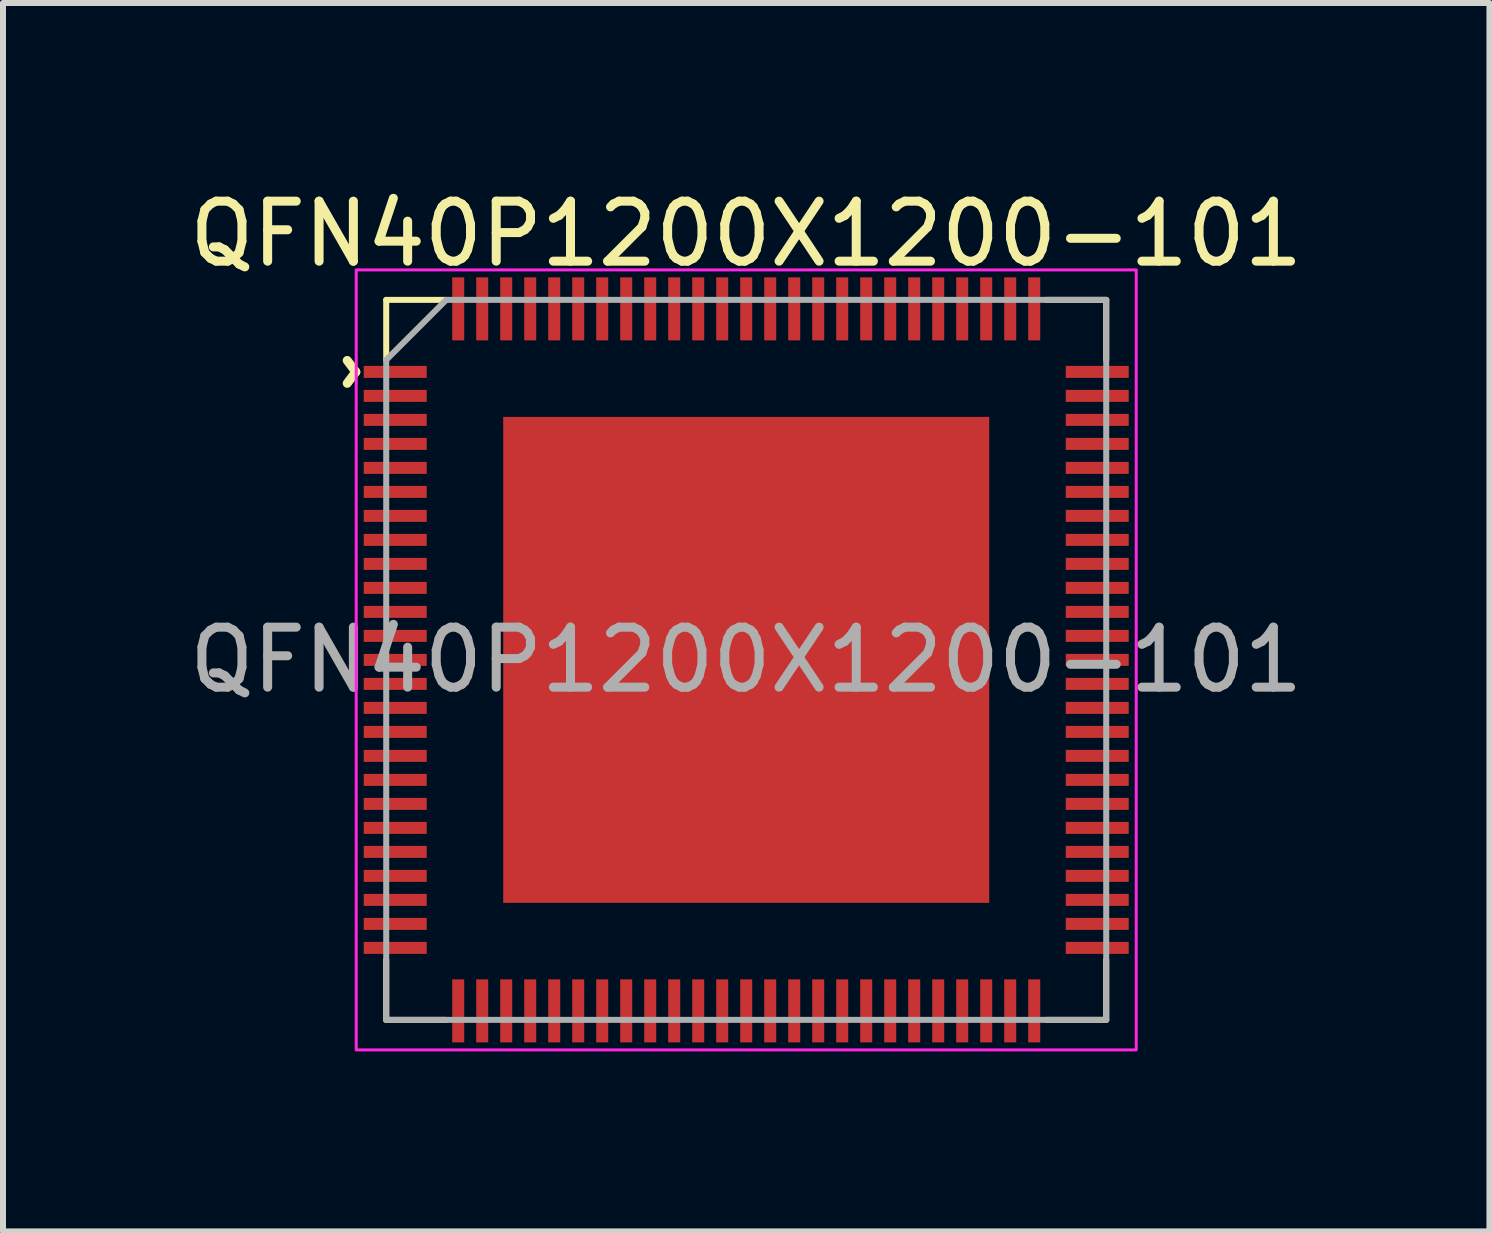
<source format=kicad_pcb>
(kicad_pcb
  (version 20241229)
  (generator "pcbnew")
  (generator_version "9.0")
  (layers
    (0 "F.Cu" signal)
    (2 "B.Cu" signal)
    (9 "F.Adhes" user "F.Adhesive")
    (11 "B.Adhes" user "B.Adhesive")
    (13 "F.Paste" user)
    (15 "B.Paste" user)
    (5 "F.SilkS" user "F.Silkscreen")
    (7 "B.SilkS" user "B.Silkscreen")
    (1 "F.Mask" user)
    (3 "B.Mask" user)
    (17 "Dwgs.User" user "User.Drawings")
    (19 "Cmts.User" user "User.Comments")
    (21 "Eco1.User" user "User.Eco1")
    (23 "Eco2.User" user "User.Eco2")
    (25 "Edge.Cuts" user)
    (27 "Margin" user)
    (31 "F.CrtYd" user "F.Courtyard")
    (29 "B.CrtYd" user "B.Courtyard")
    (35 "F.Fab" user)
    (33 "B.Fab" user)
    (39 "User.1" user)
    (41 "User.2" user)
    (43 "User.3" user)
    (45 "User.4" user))
  (footprint "QFN40P1200X1200-101"
    (layer "F.Cu")
    (at 9.387 7.948)
    (property "Reference" "QFN40P1200X1200-101" (at 0 -7.1 0) (unlocked yes) (layer "F.SilkS") (effects (font (size 1 1) (thickness 0.15))))
    (attr smd)
    (fp_line (start -6 -6) (end -6 -5) (stroke (width 0.1) (type solid)) (layer "F.SilkS"))
    (fp_line (start -6 6) (end -6 5) (stroke (width 0.1) (type solid)) (layer "F.SilkS"))
    (fp_line (start -5 -6) (end -6 -6) (stroke (width 0.1) (type solid)) (layer "F.SilkS"))
    (fp_line (start -5 6) (end -6 6) (stroke (width 0.1) (type solid)) (layer "F.SilkS"))
    (fp_line (start 5 -6) (end 6 -6) (stroke (width 0.1) (type solid)) (layer "F.SilkS"))
    (fp_line (start 6 -6) (end 6 -5) (stroke (width 0.1) (type solid)) (layer "F.SilkS"))
    (fp_line (start 6 5) (end 6 6) (stroke (width 0.1) (type solid)) (layer "F.SilkS"))
    (fp_line (start 6 6) (end 5 6) (stroke (width 0.1) (type solid)) (layer "F.SilkS"))
    (fp_rect (start -3.75 -3.75) (end -2 -2) (stroke (width 0.1) (type solid)) (fill yes) (layer "F.Paste"))
    (fp_rect (start -3.75 -1) (end -2 1) (stroke (width 0.1) (type solid)) (fill yes) (layer "F.Paste"))
    (fp_rect (start -3.75 2) (end -2 3.75) (stroke (width 0.1) (type solid)) (fill yes) (layer "F.Paste"))
    (fp_rect (start -1 -3.75) (end 1 -2) (stroke (width 0.1) (type solid)) (fill yes) (layer "F.Paste"))
    (fp_rect (start -1 -1) (end 1 1) (stroke (width 0.1) (type solid)) (fill yes) (layer "F.Paste"))
    (fp_rect (start -1 2) (end 1 3.75) (stroke (width 0.1) (type solid)) (fill yes) (layer "F.Paste"))
    (fp_rect (start 2 -3.75) (end 3.75 -2) (stroke (width 0.1) (type solid)) (fill yes) (layer "F.Paste"))
    (fp_rect (start 2 -1) (end 3.75 1) (stroke (width 0.1) (type solid)) (fill yes) (layer "F.Paste"))
    (fp_rect (start 2 2) (end 3.75 3.75) (stroke (width 0.1) (type solid)) (fill yes) (layer "F.Paste"))
    (fp_rect (start -6.5 -6.5) (end 6.5 6.5) (stroke (width 0.05) (type solid)) (fill no) (layer "F.CrtYd"))
    (fp_line (start -6 6) (end -6 -5) (stroke (width 0.1) (type solid)) (layer "F.Fab"))
    (fp_line (start -5 -6) (end -6 -5) (stroke (width 0.1) (type solid)) (layer "F.Fab"))
    (fp_line (start 6 -6) (end -5 -6) (stroke (width 0.1) (type solid)) (layer "F.Fab"))
    (fp_line (start 6 -6) (end 6 6) (stroke (width 0.1) (type solid)) (layer "F.Fab"))
    (fp_line (start 6 6) (end -6 6) (stroke (width 0.1) (type solid)) (layer "F.Fab"))
    (fp_text user "^" (at -7.1 -4.8 270) (unlocked yes) (layer "F.SilkS") (effects (font (size 1 1) (thickness 0.15))))
    (fp_text user "${REFERENCE}" (at 0 0 0) (unlocked yes) (layer "F.Fab") (effects (font (size 1 1) (thickness 0.15))))
    (pad "1" smd rect (at -5.85 -4.8 90) (size 0.2 1.05) (layers "F.Cu" "F.Mask" "F.Paste"))
    (pad "2" smd rect (at -5.85 -4.4 270) (size 0.2 1.05) (layers "F.Cu" "F.Mask" "F.Paste"))
    (pad "3" smd rect (at -5.85 -4 270) (size 0.2 1.05) (layers "F.Cu" "F.Mask" "F.Paste"))
    (pad "4" smd rect (at -5.85 -3.6 270) (size 0.2 1.05) (layers "F.Cu" "F.Mask" "F.Paste"))
    (pad "5" smd rect (at -5.85 -3.2 270) (size 0.2 1.05) (layers "F.Cu" "F.Mask" "F.Paste"))
    (pad "6" smd rect (at -5.85 -2.8 270) (size 0.2 1.05) (layers "F.Cu" "F.Mask" "F.Paste"))
    (pad "7" smd rect (at -5.85 -2.4 270) (size 0.2 1.05) (layers "F.Cu" "F.Mask" "F.Paste"))
    (pad "8" smd rect (at -5.85 -2 270) (size 0.2 1.05) (layers "F.Cu" "F.Mask" "F.Paste"))
    (pad "9" smd rect (at -5.85 -1.6 270) (size 0.2 1.05) (layers "F.Cu" "F.Mask" "F.Paste"))
    (pad "10" smd rect (at -5.85 -1.2 270) (size 0.2 1.05) (layers "F.Cu" "F.Mask" "F.Paste"))
    (pad "11" smd rect (at -5.85 -0.8 270) (size 0.2 1.05) (layers "F.Cu" "F.Mask" "F.Paste"))
    (pad "12" smd rect (at -5.85 -0.4 270) (size 0.2 1.05) (layers "F.Cu" "F.Mask" "F.Paste"))
    (pad "13" smd rect (at -5.85 0 270) (size 0.2 1.05) (layers "F.Cu" "F.Mask" "F.Paste"))
    (pad "14" smd rect (at -5.85 0.4 270) (size 0.2 1.05) (layers "F.Cu" "F.Mask" "F.Paste"))
    (pad "15" smd rect (at -5.85 0.8 270) (size 0.2 1.05) (layers "F.Cu" "F.Mask" "F.Paste"))
    (pad "16" smd rect (at -5.85 1.2 270) (size 0.2 1.05) (layers "F.Cu" "F.Mask" "F.Paste"))
    (pad "17" smd rect (at -5.85 1.6 270) (size 0.2 1.05) (layers "F.Cu" "F.Mask" "F.Paste"))
    (pad "18" smd rect (at -5.85 2 270) (size 0.2 1.05) (layers "F.Cu" "F.Mask" "F.Paste"))
    (pad "19" smd rect (at -5.85 2.4 270) (size 0.2 1.05) (layers "F.Cu" "F.Mask" "F.Paste"))
    (pad "20" smd rect (at -5.85 2.8 270) (size 0.2 1.05) (layers "F.Cu" "F.Mask" "F.Paste"))
    (pad "21" smd rect (at -5.85 3.2 270) (size 0.2 1.05) (layers "F.Cu" "F.Mask" "F.Paste"))
    (pad "22" smd rect (at -5.85 3.6 270) (size 0.2 1.05) (layers "F.Cu" "F.Mask" "F.Paste"))
    (pad "23" smd rect (at -5.85 4 270) (size 0.2 1.05) (layers "F.Cu" "F.Mask" "F.Paste"))
    (pad "24" smd rect (at -5.85 4.4 270) (size 0.2 1.05) (layers "F.Cu" "F.Mask" "F.Paste"))
    (pad "25" smd rect (at -5.85 4.8 270) (size 0.2 1.05) (layers "F.Cu" "F.Mask" "F.Paste"))
    (pad "26" smd rect (at -4.8 5.85 180) (size 0.2 1.05) (layers "F.Cu" "F.Mask" "F.Paste"))
    (pad "27" smd rect (at -4.4 5.85) (size 0.2 1.05) (layers "F.Cu" "F.Mask" "F.Paste"))
    (pad "28" smd rect (at -4 5.85) (size 0.2 1.05) (layers "F.Cu" "F.Mask" "F.Paste"))
    (pad "29" smd rect (at -3.6 5.85) (size 0.2 1.05) (layers "F.Cu" "F.Mask" "F.Paste"))
    (pad "30" smd rect (at -3.2 5.85) (size 0.2 1.05) (layers "F.Cu" "F.Mask" "F.Paste"))
    (pad "31" smd rect (at -2.8 5.85) (size 0.2 1.05) (layers "F.Cu" "F.Mask" "F.Paste"))
    (pad "32" smd rect (at -2.4 5.85) (size 0.2 1.05) (layers "F.Cu" "F.Mask" "F.Paste"))
    (pad "33" smd rect (at -2 5.85) (size 0.2 1.05) (layers "F.Cu" "F.Mask" "F.Paste"))
    (pad "34" smd rect (at -1.6 5.85) (size 0.2 1.05) (layers "F.Cu" "F.Mask" "F.Paste"))
    (pad "35" smd rect (at -1.2 5.85) (size 0.2 1.05) (layers "F.Cu" "F.Mask" "F.Paste"))
    (pad "36" smd rect (at -0.8 5.85) (size 0.2 1.05) (layers "F.Cu" "F.Mask" "F.Paste"))
    (pad "37" smd rect (at -0.4 5.85) (size 0.2 1.05) (layers "F.Cu" "F.Mask" "F.Paste"))
    (pad "38" smd rect (at 0 5.85) (size 0.2 1.05) (layers "F.Cu" "F.Mask" "F.Paste"))
    (pad "39" smd rect (at 0.4 5.85) (size 0.2 1.05) (layers "F.Cu" "F.Mask" "F.Paste"))
    (pad "40" smd rect (at 0.8 5.85) (size 0.2 1.05) (layers "F.Cu" "F.Mask" "F.Paste"))
    (pad "41" smd rect (at 1.2 5.85) (size 0.2 1.05) (layers "F.Cu" "F.Mask" "F.Paste"))
    (pad "42" smd rect (at 1.6 5.85) (size 0.2 1.05) (layers "F.Cu" "F.Mask" "F.Paste"))
    (pad "43" smd rect (at 2 5.85) (size 0.2 1.05) (layers "F.Cu" "F.Mask" "F.Paste"))
    (pad "44" smd rect (at 2.4 5.85) (size 0.2 1.05) (layers "F.Cu" "F.Mask" "F.Paste"))
    (pad "45" smd rect (at 2.8 5.85) (size 0.2 1.05) (layers "F.Cu" "F.Mask" "F.Paste"))
    (pad "46" smd rect (at 3.2 5.85) (size 0.2 1.05) (layers "F.Cu" "F.Mask" "F.Paste"))
    (pad "47" smd rect (at 3.6 5.85) (size 0.2 1.05) (layers "F.Cu" "F.Mask" "F.Paste"))
    (pad "48" smd rect (at 4 5.85) (size 0.2 1.05) (layers "F.Cu" "F.Mask" "F.Paste"))
    (pad "49" smd rect (at 4.4 5.85) (size 0.2 1.05) (layers "F.Cu" "F.Mask" "F.Paste"))
    (pad "50" smd rect (at 4.8 5.85) (size 0.2 1.05) (layers "F.Cu" "F.Mask" "F.Paste"))
    (pad "51" smd rect (at 5.85 4.8 270) (size 0.2 1.05) (layers "F.Cu" "F.Mask" "F.Paste"))
    (pad "52" smd rect (at 5.85 4.4 270) (size 0.2 1.05) (layers "F.Cu" "F.Mask" "F.Paste"))
    (pad "53" smd rect (at 5.85 4 270) (size 0.2 1.05) (layers "F.Cu" "F.Mask" "F.Paste"))
    (pad "54" smd rect (at 5.85 3.6 270) (size 0.2 1.05) (layers "F.Cu" "F.Mask" "F.Paste"))
    (pad "55" smd rect (at 5.85 3.2 270) (size 0.2 1.05) (layers "F.Cu" "F.Mask" "F.Paste"))
    (pad "56" smd rect (at 5.85 2.8 270) (size 0.2 1.05) (layers "F.Cu" "F.Mask" "F.Paste"))
    (pad "57" smd rect (at 5.85 2.4 270) (size 0.2 1.05) (layers "F.Cu" "F.Mask" "F.Paste"))
    (pad "58" smd rect (at 5.85 2 270) (size 0.2 1.05) (layers "F.Cu" "F.Mask" "F.Paste"))
    (pad "59" smd rect (at 5.85 1.6 270) (size 0.2 1.05) (layers "F.Cu" "F.Mask" "F.Paste"))
    (pad "60" smd rect (at 5.85 1.2 270) (size 0.2 1.05) (layers "F.Cu" "F.Mask" "F.Paste"))
    (pad "61" smd rect (at 5.85 0.8 270) (size 0.2 1.05) (layers "F.Cu" "F.Mask" "F.Paste"))
    (pad "62" smd rect (at 5.85 0.4 270) (size 0.2 1.05) (layers "F.Cu" "F.Mask" "F.Paste"))
    (pad "63" smd rect (at 5.85 0 270) (size 0.2 1.05) (layers "F.Cu" "F.Mask" "F.Paste"))
    (pad "64" smd rect (at 5.85 -0.4 270) (size 0.2 1.05) (layers "F.Cu" "F.Mask" "F.Paste"))
    (pad "65" smd rect (at 5.85 -0.8 270) (size 0.2 1.05) (layers "F.Cu" "F.Mask" "F.Paste"))
    (pad "66" smd rect (at 5.85 -1.2 270) (size 0.2 1.05) (layers "F.Cu" "F.Mask" "F.Paste"))
    (pad "67" smd rect (at 5.85 -1.6 270) (size 0.2 1.05) (layers "F.Cu" "F.Mask" "F.Paste"))
    (pad "68" smd rect (at 5.85 -2 270) (size 0.2 1.05) (layers "F.Cu" "F.Mask" "F.Paste"))
    (pad "69" smd rect (at 5.85 -2.4 270) (size 0.2 1.05) (layers "F.Cu" "F.Mask" "F.Paste"))
    (pad "70" smd rect (at 5.85 -2.8 270) (size 0.2 1.05) (layers "F.Cu" "F.Mask" "F.Paste"))
    (pad "71" smd rect (at 5.85 -3.2 270) (size 0.2 1.05) (layers "F.Cu" "F.Mask" "F.Paste"))
    (pad "72" smd rect (at 5.85 -3.6 270) (size 0.2 1.05) (layers "F.Cu" "F.Mask" "F.Paste"))
    (pad "73" smd rect (at 5.85 -4 270) (size 0.2 1.05) (layers "F.Cu" "F.Mask" "F.Paste"))
    (pad "74" smd rect (at 5.85 -4.4 270) (size 0.2 1.05) (layers "F.Cu" "F.Mask" "F.Paste"))
    (pad "75" smd rect (at 5.85 -4.8 90) (size 0.2 1.05) (layers "F.Cu" "F.Mask" "F.Paste"))
    (pad "76" smd rect (at 4.8 -5.85) (size 0.2 1.05) (layers "F.Cu" "F.Mask" "F.Paste"))
    (pad "77" smd rect (at 4.4 -5.85) (size 0.2 1.05) (layers "F.Cu" "F.Mask" "F.Paste"))
    (pad "78" smd rect (at 4 -5.85) (size 0.2 1.05) (layers "F.Cu" "F.Mask" "F.Paste"))
    (pad "79" smd rect (at 3.6 -5.85) (size 0.2 1.05) (layers "F.Cu" "F.Mask" "F.Paste"))
    (pad "80" smd rect (at 3.2 -5.85) (size 0.2 1.05) (layers "F.Cu" "F.Mask" "F.Paste"))
    (pad "81" smd rect (at 2.8 -5.85) (size 0.2 1.05) (layers "F.Cu" "F.Mask" "F.Paste"))
    (pad "82" smd rect (at 2.4 -5.85) (size 0.2 1.05) (layers "F.Cu" "F.Mask" "F.Paste"))
    (pad "83" smd rect (at 2 -5.85) (size 0.2 1.05) (layers "F.Cu" "F.Mask" "F.Paste"))
    (pad "84" smd rect (at 1.6 -5.85) (size 0.2 1.05) (layers "F.Cu" "F.Mask" "F.Paste"))
    (pad "85" smd rect (at 1.2 -5.85) (size 0.2 1.05) (layers "F.Cu" "F.Mask" "F.Paste"))
    (pad "86" smd rect (at 0.8 -5.85) (size 0.2 1.05) (layers "F.Cu" "F.Mask" "F.Paste"))
    (pad "87" smd rect (at 0.4 -5.85) (size 0.2 1.05) (layers "F.Cu" "F.Mask" "F.Paste"))
    (pad "88" smd rect (at 0 -5.85) (size 0.2 1.05) (layers "F.Cu" "F.Mask" "F.Paste"))
    (pad "89" smd rect (at -0.4 -5.85) (size 0.2 1.05) (layers "F.Cu" "F.Mask" "F.Paste"))
    (pad "90" smd rect (at -0.8 -5.85) (size 0.2 1.05) (layers "F.Cu" "F.Mask" "F.Paste"))
    (pad "91" smd rect (at -1.2 -5.85) (size 0.2 1.05) (layers "F.Cu" "F.Mask" "F.Paste"))
    (pad "92" smd rect (at -1.6 -5.85) (size 0.2 1.05) (layers "F.Cu" "F.Mask" "F.Paste"))
    (pad "93" smd rect (at -2 -5.85) (size 0.2 1.05) (layers "F.Cu" "F.Mask" "F.Paste"))
    (pad "94" smd rect (at -2.4 -5.85) (size 0.2 1.05) (layers "F.Cu" "F.Mask" "F.Paste"))
    (pad "95" smd rect (at -2.8 -5.85) (size 0.2 1.05) (layers "F.Cu" "F.Mask" "F.Paste"))
    (pad "96" smd rect (at -3.2 -5.85) (size 0.2 1.05) (layers "F.Cu" "F.Mask" "F.Paste"))
    (pad "97" smd rect (at -3.6 -5.85) (size 0.2 1.05) (layers "F.Cu" "F.Mask" "F.Paste"))
    (pad "98" smd rect (at -4 -5.85) (size 0.2 1.05) (layers "F.Cu" "F.Mask" "F.Paste"))
    (pad "99" smd rect (at -4.4 -5.85) (size 0.2 1.05) (layers "F.Cu" "F.Mask" "F.Paste"))
    (pad "100" smd rect (at -4.8 -5.85 180) (size 0.2 1.05) (layers "F.Cu" "F.Mask" "F.Paste"))
    (pad "101" smd rect (at 0 0 180) (size 8.1 8.1) (layers "F.Cu" "F.Mask")))
  (gr_rect
    (start -3 -3)
    (end 21.774 17.473)
    (stroke (width 0.1) (type default))
    (fill no)
    (layer "Edge.Cuts")))
</source>
